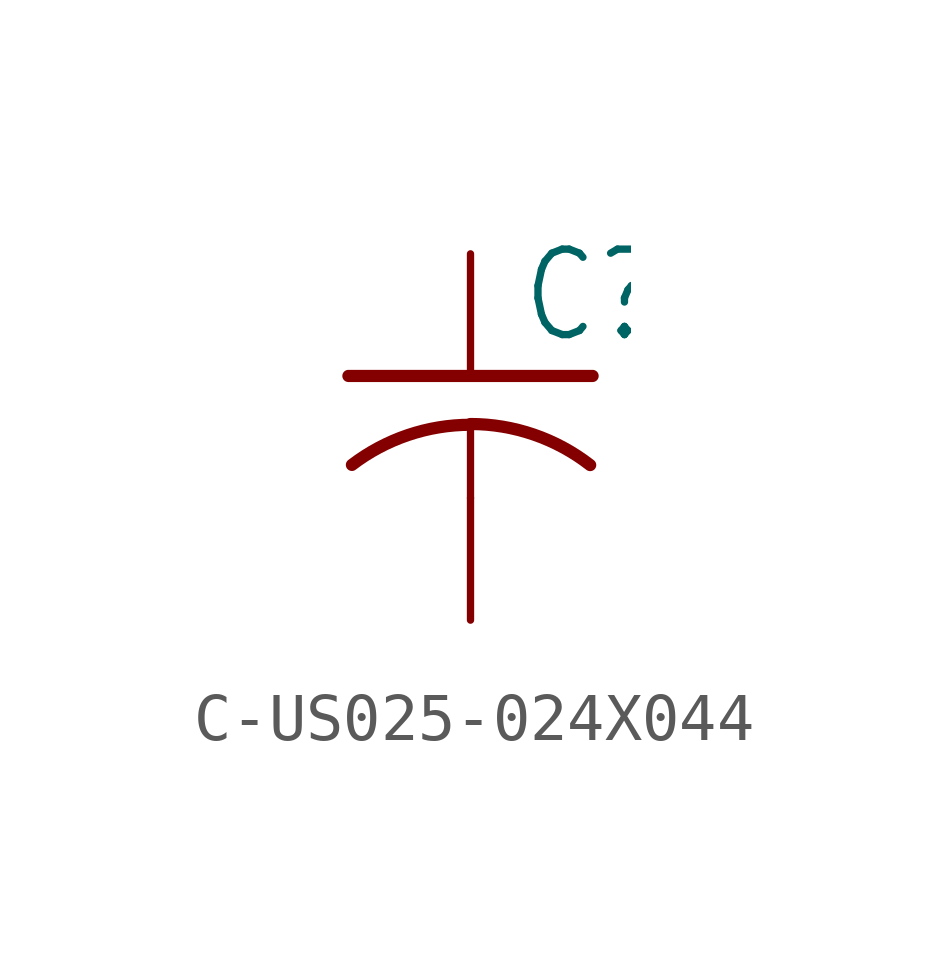
<source format=kicad_sym>
(kicad_symbol_lib
  (version 20231120)
  (generator "kicad_symbol_editor")
  (generator_version "8.0")
  (symbol "C-US025-024X044"
    (property "Reference" "C"
      (at 1.016 0.635 0)
      (effects (font (size 1.778 1.511)) (justify left bottom)))
    (property "Value" ""
      (at 1.016 -4.191 0)
      (effects (font (size 1.778 1.511)) (justify left bottom)))
    (property "ki_locked" ""
      (at 0 0 0)
      (effects (font (size 1.27 1.27))))
    (symbol "C-US025-024X044_1_0"
      (arc (start 0 -1.0161) (mid -1.302 -1.2303) (end -2.4668 -1.8504) (stroke (width 0.254) (type solid)) (fill (type none)))
      (polyline (pts (xy -2.54 0) (xy 2.54 0)) (stroke (width 0.254) (type solid)) (fill (type none)))
      (polyline (pts (xy 0 -1.016) (xy 0 -2.54)) (stroke (width 0.152) (type solid)) (fill (type none)))
      (arc (start 2.4892 -1.8541) (mid 1.3158 -1.2194) (end 0 -1) (stroke (width 0.254) (type solid)) (fill (type none)))
      (pin passive line (at 0 2.54 270) (length 2.54) (name "1" (effects (font (size 0 0)))) (number "1" (effects (font (size 0 0)))))
      (pin passive line (at 0 -5.08 90) (length 2.54) (name "2" (effects (font (size 0 0)))) (number "2" (effects (font (size 0 0))))))))
</source>
